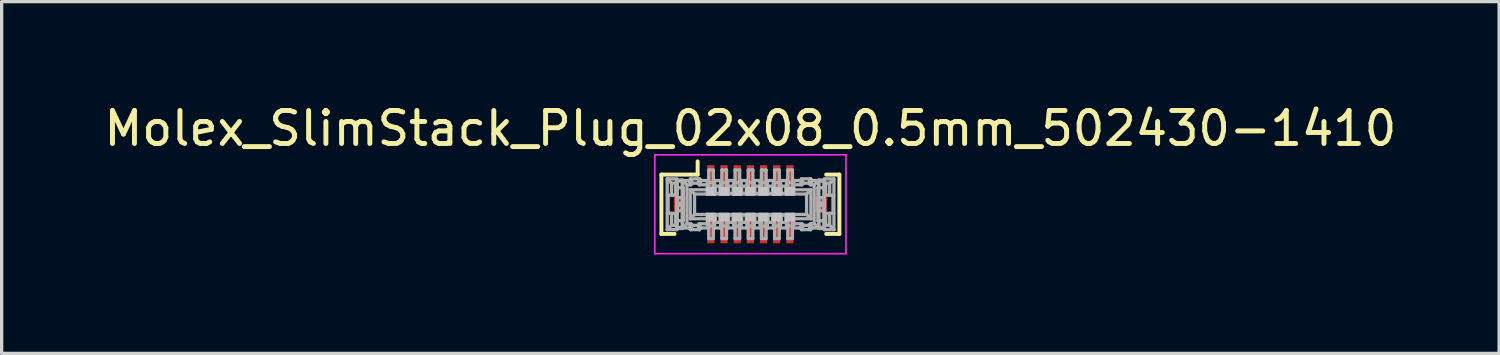
<source format=kicad_pcb>
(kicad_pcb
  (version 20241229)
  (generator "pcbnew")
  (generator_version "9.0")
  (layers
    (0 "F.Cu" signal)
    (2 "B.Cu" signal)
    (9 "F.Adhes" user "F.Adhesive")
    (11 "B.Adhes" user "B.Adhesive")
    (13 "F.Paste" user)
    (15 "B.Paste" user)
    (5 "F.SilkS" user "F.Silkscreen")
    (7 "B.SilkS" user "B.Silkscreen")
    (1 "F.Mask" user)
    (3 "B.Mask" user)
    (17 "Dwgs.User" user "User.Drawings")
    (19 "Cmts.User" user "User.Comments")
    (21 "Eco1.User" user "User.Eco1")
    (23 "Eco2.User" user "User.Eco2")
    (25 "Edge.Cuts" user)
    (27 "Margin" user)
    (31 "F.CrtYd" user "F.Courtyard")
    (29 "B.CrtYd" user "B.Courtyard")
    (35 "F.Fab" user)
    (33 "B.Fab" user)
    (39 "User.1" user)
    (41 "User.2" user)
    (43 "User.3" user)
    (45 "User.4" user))
  (footprint "Molex_SlimStack_Plug_02x08_0.5mm_502430-1410"
    (layer "F.Cu")
    (at 19.72 3.148)
    (property "Reference" "Molex_SlimStack_Plug_02x08_0.5mm_502430-1410" (at 0 -2.3 0) (layer "F.SilkS") (effects (font (size 1 1) (thickness 0.15))))
    (attr smd)
    (fp_line (start -2.7 -0.9) (end -1.6 -0.9) (stroke (width 0.12) (type solid)) (layer "F.SilkS"))
    (fp_line (start -2.7 0.9) (end -2.7 -0.9) (stroke (width 0.12) (type solid)) (layer "F.SilkS"))
    (fp_line (start -2.3 0.9) (end -2.7 0.9) (stroke (width 0.12) (type solid)) (layer "F.SilkS"))
    (fp_line (start -1.6 -0.9) (end -1.6 -1.3) (stroke (width 0.12) (type solid)) (layer "F.SilkS"))
    (fp_line (start 2.3 -0.9) (end 2.7 -0.9) (stroke (width 0.12) (type solid)) (layer "F.SilkS"))
    (fp_line (start 2.7 -0.9) (end 2.7 0.9) (stroke (width 0.12) (type solid)) (layer "F.SilkS"))
    (fp_line (start 2.7 0.9) (end 2.3 0.9) (stroke (width 0.12) (type solid)) (layer "F.SilkS"))
    (fp_line (start -2.9 -1.5) (end 2.9 -1.5) (stroke (width 0.05) (type solid)) (layer "F.CrtYd"))
    (fp_line (start -2.9 1.5) (end -2.9 -1.5) (stroke (width 0.05) (type solid)) (layer "F.CrtYd"))
    (fp_line (start 2.9 -1.5) (end 2.9 1.5) (stroke (width 0.05) (type solid)) (layer "F.CrtYd"))
    (fp_line (start 2.9 1.5) (end -2.9 1.5) (stroke (width 0.05) (type solid)) (layer "F.CrtYd"))
    (fp_line (start -2.524 -0.77) (end -2.394 -0.64) (stroke (width 0.1) (type solid)) (layer "F.Fab"))
    (fp_line (start -2.524 -0.77) (end -2.234 -0.77) (stroke (width 0.1) (type solid)) (layer "F.Fab"))
    (fp_line (start -2.524 -0.275) (end -2.234 -0.275) (stroke (width 0.1) (type solid)) (layer "F.Fab"))
    (fp_line (start -2.524 0.77) (end -2.524 -0.77) (stroke (width 0.1) (type solid)) (layer "F.Fab"))
    (fp_line (start -2.524 0.77) (end -2.394 0.64) (stroke (width 0.1) (type solid)) (layer "F.Fab"))
    (fp_line (start -2.494 -0.275) (end -2.494 0.275) (stroke (width 0.1) (type solid)) (layer "F.Fab"))
    (fp_line (start -2.394 -0.64) (end -2.274 -0.64) (stroke (width 0.1) (type solid)) (layer "F.Fab"))
    (fp_line (start -2.394 -0.275) (end -2.394 -0.64) (stroke (width 0.1) (type solid)) (layer "F.Fab"))
    (fp_line (start -2.394 0.64) (end -2.394 0.275) (stroke (width 0.1) (type solid)) (layer "F.Fab"))
    (fp_line (start -2.274 -0.64) (end -2.274 -0.275) (stroke (width 0.1) (type solid)) (layer "F.Fab"))
    (fp_line (start -2.274 0.275) (end -2.274 0.64) (stroke (width 0.1) (type solid)) (layer "F.Fab"))
    (fp_line (start -2.274 0.64) (end -2.394 0.64) (stroke (width 0.1) (type solid)) (layer "F.Fab"))
    (fp_line (start -2.234 -0.77) (end -2.234 0.77) (stroke (width 0.1) (type solid)) (layer "F.Fab"))
    (fp_line (start -2.234 -0.68) (end -2.274 -0.64) (stroke (width 0.1) (type solid)) (layer "F.Fab"))
    (fp_line (start -2.234 -0.5) (end -2.034 -0.5) (stroke (width 0.1) (type solid)) (layer "F.Fab"))
    (fp_line (start -2.234 -0.2) (end -2.054 -0.2) (stroke (width 0.1) (type solid)) (layer "F.Fab"))
    (fp_line (start -2.234 0.2) (end -2.054 0.2) (stroke (width 0.1) (type solid)) (layer "F.Fab"))
    (fp_line (start -2.234 0.275) (end -2.524 0.275) (stroke (width 0.1) (type solid)) (layer "F.Fab"))
    (fp_line (start -2.234 0.5) (end -2.034 0.5) (stroke (width 0.1) (type solid)) (layer "F.Fab"))
    (fp_line (start -2.234 0.68) (end -2.274 0.64) (stroke (width 0.1) (type solid)) (layer "F.Fab"))
    (fp_line (start -2.234 0.77) (end -2.524 0.77) (stroke (width 0.1) (type solid)) (layer "F.Fab"))
    (fp_line (start -2.219 -0.735) (end -2.069 -0.735) (stroke (width 0.1) (type solid)) (layer "F.Fab"))
    (fp_line (start -2.219 -0.702) (end -2.069 -0.702) (stroke (width 0.1) (type solid)) (layer "F.Fab"))
    (fp_line (start -2.219 -0.03) (end -2.069 -0.03) (stroke (width 0.1) (type solid)) (layer "F.Fab"))
    (fp_line (start -2.219 0.03) (end -2.069 0.03) (stroke (width 0.1) (type solid)) (layer "F.Fab"))
    (fp_line (start -2.219 0.702) (end -2.069 0.702) (stroke (width 0.1) (type solid)) (layer "F.Fab"))
    (fp_line (start -2.219 0.735) (end -2.219 -0.735) (stroke (width 0.1) (type solid)) (layer "F.Fab"))
    (fp_line (start -2.219 0.735) (end -2.069 0.735) (stroke (width 0.1) (type solid)) (layer "F.Fab"))
    (fp_line (start -2.069 0.735) (end -2.069 -0.735) (stroke (width 0.1) (type solid)) (layer "F.Fab"))
    (fp_line (start -2.054 -0.72) (end -1.924 -0.59) (stroke (width 0.1) (type solid)) (layer "F.Fab"))
    (fp_line (start -2.054 -0.72) (end -1.864 -0.72) (stroke (width 0.1) (type solid)) (layer "F.Fab"))
    (fp_line (start -2.054 -0.5) (end -2.054 -0.72) (stroke (width 0.1) (type solid)) (layer "F.Fab"))
    (fp_line (start -2.054 -0.2) (end -2.054 0.2) (stroke (width 0.1) (type solid)) (layer "F.Fab"))
    (fp_line (start -2.054 0.72) (end -2.054 0.5) (stroke (width 0.1) (type solid)) (layer "F.Fab"))
    (fp_line (start -2.054 0.72) (end -1.924 0.59) (stroke (width 0.1) (type solid)) (layer "F.Fab"))
    (fp_line (start -2.034 -0.5) (end -2.034 0.5) (stroke (width 0.1) (type solid)) (layer "F.Fab"))
    (fp_line (start -1.924 -0.59) (end -1.924 0.59) (stroke (width 0.1) (type solid)) (layer "F.Fab"))
    (fp_line (start -1.924 0.59) (end -1.81 0.59) (stroke (width 0.1) (type solid)) (layer "F.Fab"))
    (fp_line (start -1.864 -0.72) (end -1.814 -0.77) (stroke (width 0.1) (type solid)) (layer "F.Fab"))
    (fp_line (start -1.864 -0.72) (end -1.81 -0.59) (stroke (width 0.1) (type solid)) (layer "F.Fab"))
    (fp_line (start -1.864 0.72) (end -2.054 0.72) (stroke (width 0.1) (type solid)) (layer "F.Fab"))
    (fp_line (start -1.864 0.72) (end -1.81 0.59) (stroke (width 0.1) (type solid)) (layer "F.Fab"))
    (fp_line (start -1.824 -0.44) (end -1.694 -0.31) (stroke (width 0.1) (type solid)) (layer "F.Fab"))
    (fp_line (start -1.824 -0.44) (end -1.304 -0.44) (stroke (width 0.1) (type solid)) (layer "F.Fab"))
    (fp_line (start -1.824 0.44) (end -1.824 -0.44) (stroke (width 0.1) (type solid)) (layer "F.Fab"))
    (fp_line (start -1.824 0.44) (end -1.304 0.44) (stroke (width 0.1) (type solid)) (layer "F.Fab"))
    (fp_line (start -1.814 -0.77) (end -1.76 -0.64) (stroke (width 0.1) (type solid)) (layer "F.Fab"))
    (fp_line (start -1.814 -0.77) (end -1.544 -0.77) (stroke (width 0.1) (type solid)) (layer "F.Fab"))
    (fp_line (start -1.814 0.77) (end -1.864 0.72) (stroke (width 0.1) (type solid)) (layer "F.Fab"))
    (fp_line (start -1.814 0.77) (end -1.76 0.64) (stroke (width 0.1) (type solid)) (layer "F.Fab"))
    (fp_line (start -1.81 -0.59) (end -1.924 -0.59) (stroke (width 0.1) (type solid)) (layer "F.Fab"))
    (fp_line (start -1.81 0.59) (end -1.76 0.64) (stroke (width 0.1) (type solid)) (layer "F.Fab"))
    (fp_line (start -1.76 -0.64) (end -1.81 -0.59) (stroke (width 0.1) (type solid)) (layer "F.Fab"))
    (fp_line (start -1.76 0.64) (end -1.598 0.64) (stroke (width 0.1) (type solid)) (layer "F.Fab"))
    (fp_line (start -1.694 0.31) (end -1.824 0.44) (stroke (width 0.1) (type solid)) (layer "F.Fab"))
    (fp_line (start -1.694 0.31) (end -1.694 -0.31) (stroke (width 0.1) (type solid)) (layer "F.Fab"))
    (fp_line (start -1.598 -0.64) (end -1.76 -0.64) (stroke (width 0.1) (type solid)) (layer "F.Fab"))
    (fp_line (start -1.598 0.64) (end -1.548 0.59) (stroke (width 0.1) (type solid)) (layer "F.Fab"))
    (fp_line (start -1.548 -0.59) (end -1.598 -0.64) (stroke (width 0.1) (type solid)) (layer "F.Fab"))
    (fp_line (start -1.548 0.59) (end -1.494 0.72) (stroke (width 0.1) (type solid)) (layer "F.Fab"))
    (fp_line (start -1.544 -0.77) (end -1.598 -0.64) (stroke (width 0.1) (type solid)) (layer "F.Fab"))
    (fp_line (start -1.544 -0.77) (end -1.494 -0.72) (stroke (width 0.1) (type solid)) (layer "F.Fab"))
    (fp_line (start -1.544 0.77) (end -1.814 0.77) (stroke (width 0.1) (type solid)) (layer "F.Fab"))
    (fp_line (start -1.544 0.77) (end -1.598 0.64) (stroke (width 0.1) (type solid)) (layer "F.Fab"))
    (fp_line (start -1.494 -0.72) (end -1.548 -0.59) (stroke (width 0.1) (type solid)) (layer "F.Fab"))
    (fp_line (start -1.494 -0.72) (end -1.304 -0.72) (stroke (width 0.1) (type solid)) (layer "F.Fab"))
    (fp_line (start -1.494 0.72) (end -1.544 0.77) (stroke (width 0.1) (type solid)) (layer "F.Fab"))
    (fp_line (start -1.304 -0.59) (end -1.548 -0.59) (stroke (width 0.1) (type solid)) (layer "F.Fab"))
    (fp_line (start -1.304 -0.41) (end -1.264 -0.41) (stroke (width 0.1) (type solid)) (layer "F.Fab"))
    (fp_line (start -1.304 -0.31) (end -1.304 -0.72) (stroke (width 0.1) (type solid)) (layer "F.Fab"))
    (fp_line (start -1.304 0.55) (end -1.264 0.55) (stroke (width 0.1) (type solid)) (layer "F.Fab"))
    (fp_line (start -1.304 0.59) (end -1.548 0.59) (stroke (width 0.1) (type solid)) (layer "F.Fab"))
    (fp_line (start -1.304 0.72) (end -1.494 0.72) (stroke (width 0.1) (type solid)) (layer "F.Fab"))
    (fp_line (start -1.304 0.72) (end -1.304 0.31) (stroke (width 0.1) (type solid)) (layer "F.Fab"))
    (fp_line (start -1.294 -0.66) (end -1.294 -0.55) (stroke (width 0.1) (type solid)) (layer "F.Fab"))
    (fp_line (start -1.294 -0.66) (end -1.094 -0.66) (stroke (width 0.1) (type solid)) (layer "F.Fab"))
    (fp_line (start -1.294 0.55) (end -1.294 0.66) (stroke (width 0.1) (type solid)) (layer "F.Fab"))
    (fp_line (start -1.294 0.66) (end -1.094 0.66) (stroke (width 0.1) (type solid)) (layer "F.Fab"))
    (fp_line (start -1.264 -1.04) (end -1.264 -0.33) (stroke (width 0.1) (type solid)) (layer "F.Fab"))
    (fp_line (start -1.264 -0.55) (end -1.304 -0.55) (stroke (width 0.1) (type solid)) (layer "F.Fab"))
    (fp_line (start -1.264 0.33) (end -1.264 1.04) (stroke (width 0.1) (type solid)) (layer "F.Fab"))
    (fp_line (start -1.264 0.41) (end -1.304 0.41) (stroke (width 0.1) (type solid)) (layer "F.Fab"))
    (fp_line (start -1.124 -1.04) (end -1.264 -1.04) (stroke (width 0.1) (type solid)) (layer "F.Fab"))
    (fp_line (start -1.124 -1.04) (end -1.124 -0.33) (stroke (width 0.1) (type solid)) (layer "F.Fab"))
    (fp_line (start -1.124 -0.55) (end -0.864 -0.55) (stroke (width 0.1) (type solid)) (layer "F.Fab"))
    (fp_line (start -1.124 -0.41) (end -1.084 -0.41) (stroke (width 0.1) (type solid)) (layer "F.Fab"))
    (fp_line (start -1.124 -0.33) (end -1.264 -0.33) (stroke (width 0.1) (type solid)) (layer "F.Fab"))
    (fp_line (start -1.124 0.33) (end -1.264 0.33) (stroke (width 0.1) (type solid)) (layer "F.Fab"))
    (fp_line (start -1.124 0.33) (end -1.124 1.04) (stroke (width 0.1) (type solid)) (layer "F.Fab"))
    (fp_line (start -1.124 0.55) (end -0.864 0.55) (stroke (width 0.1) (type solid)) (layer "F.Fab"))
    (fp_line (start -1.124 1.04) (end -1.264 1.04) (stroke (width 0.1) (type solid)) (layer "F.Fab"))
    (fp_line (start -1.094 -0.66) (end -1.094 -0.55) (stroke (width 0.1) (type solid)) (layer "F.Fab"))
    (fp_line (start -1.094 0.66) (end -1.094 0.55) (stroke (width 0.1) (type solid)) (layer "F.Fab"))
    (fp_line (start -1.084 -0.72) (end -1.084 -0.31) (stroke (width 0.1) (type solid)) (layer "F.Fab"))
    (fp_line (start -1.084 -0.72) (end -0.904 -0.72) (stroke (width 0.1) (type solid)) (layer "F.Fab"))
    (fp_line (start -1.084 -0.33) (end -0.904 -0.33) (stroke (width 0.1) (type solid)) (layer "F.Fab"))
    (fp_line (start -1.084 0.31) (end -1.084 0.72) (stroke (width 0.1) (type solid)) (layer "F.Fab"))
    (fp_line (start -1.084 0.33) (end -0.904 0.33) (stroke (width 0.1) (type solid)) (layer "F.Fab"))
    (fp_line (start -1.084 0.41) (end -1.124 0.41) (stroke (width 0.1) (type solid)) (layer "F.Fab"))
    (fp_line (start -1.064 -0.33) (end -1.064 -0.55) (stroke (width 0.1) (type solid)) (layer "F.Fab"))
    (fp_line (start -1.064 0.55) (end -1.064 0.33) (stroke (width 0.1) (type solid)) (layer "F.Fab"))
    (fp_line (start -0.924 -0.55) (end -0.924 -0.33) (stroke (width 0.1) (type solid)) (layer "F.Fab"))
    (fp_line (start -0.924 0.33) (end -0.924 0.55) (stroke (width 0.1) (type solid)) (layer "F.Fab"))
    (fp_line (start -0.904 -0.41) (end -0.864 -0.41) (stroke (width 0.1) (type solid)) (layer "F.Fab"))
    (fp_line (start -0.904 -0.31) (end -0.904 -0.72) (stroke (width 0.1) (type solid)) (layer "F.Fab"))
    (fp_line (start -0.904 0.72) (end -1.084 0.72) (stroke (width 0.1) (type solid)) (layer "F.Fab"))
    (fp_line (start -0.904 0.72) (end -0.904 0.31) (stroke (width 0.1) (type solid)) (layer "F.Fab"))
    (fp_line (start -0.894 -0.66) (end -0.894 -0.55) (stroke (width 0.1) (type solid)) (layer "F.Fab"))
    (fp_line (start -0.894 -0.66) (end -0.694 -0.66) (stroke (width 0.1) (type solid)) (layer "F.Fab"))
    (fp_line (start -0.894 0.55) (end -0.894 0.66) (stroke (width 0.1) (type solid)) (layer "F.Fab"))
    (fp_line (start -0.864 -1.04) (end -0.864 -0.33) (stroke (width 0.1) (type solid)) (layer "F.Fab"))
    (fp_line (start -0.864 0.33) (end -0.864 1.04) (stroke (width 0.1) (type solid)) (layer "F.Fab"))
    (fp_line (start -0.864 0.33) (end -0.724 0.33) (stroke (width 0.1) (type solid)) (layer "F.Fab"))
    (fp_line (start -0.864 0.41) (end -0.904 0.41) (stroke (width 0.1) (type solid)) (layer "F.Fab"))
    (fp_line (start -0.724 -1.04) (end -0.864 -1.04) (stroke (width 0.1) (type solid)) (layer "F.Fab"))
    (fp_line (start -0.724 -1.04) (end -0.724 -0.33) (stroke (width 0.1) (type solid)) (layer "F.Fab"))
    (fp_line (start -0.724 -0.55) (end -0.464 -0.55) (stroke (width 0.1) (type solid)) (layer "F.Fab"))
    (fp_line (start -0.724 -0.41) (end -0.684 -0.41) (stroke (width 0.1) (type solid)) (layer "F.Fab"))
    (fp_line (start -0.724 -0.33) (end -0.864 -0.33) (stroke (width 0.1) (type solid)) (layer "F.Fab"))
    (fp_line (start -0.724 0.33) (end -0.724 1.04) (stroke (width 0.1) (type solid)) (layer "F.Fab"))
    (fp_line (start -0.724 0.55) (end -0.464 0.55) (stroke (width 0.1) (type solid)) (layer "F.Fab"))
    (fp_line (start -0.724 1.04) (end -0.864 1.04) (stroke (width 0.1) (type solid)) (layer "F.Fab"))
    (fp_line (start -0.694 -0.66) (end -0.694 -0.55) (stroke (width 0.1) (type solid)) (layer "F.Fab"))
    (fp_line (start -0.694 0.66) (end -0.894 0.66) (stroke (width 0.1) (type solid)) (layer "F.Fab"))
    (fp_line (start -0.694 0.66) (end -0.694 0.55) (stroke (width 0.1) (type solid)) (layer "F.Fab"))
    (fp_line (start -0.684 -0.72) (end -0.684 -0.31) (stroke (width 0.1) (type solid)) (layer "F.Fab"))
    (fp_line (start -0.684 -0.72) (end -0.504 -0.72) (stroke (width 0.1) (type solid)) (layer "F.Fab"))
    (fp_line (start -0.684 -0.33) (end -0.504 -0.33) (stroke (width 0.1) (type solid)) (layer "F.Fab"))
    (fp_line (start -0.684 0.31) (end -0.684 0.72) (stroke (width 0.1) (type solid)) (layer "F.Fab"))
    (fp_line (start -0.684 0.33) (end -0.504 0.33) (stroke (width 0.1) (type solid)) (layer "F.Fab"))
    (fp_line (start -0.684 0.41) (end -0.724 0.41) (stroke (width 0.1) (type solid)) (layer "F.Fab"))
    (fp_line (start -0.664 -0.33) (end -0.664 -0.55) (stroke (width 0.1) (type solid)) (layer "F.Fab"))
    (fp_line (start -0.664 0.55) (end -0.664 0.33) (stroke (width 0.1) (type solid)) (layer "F.Fab"))
    (fp_line (start -0.524 -0.55) (end -0.524 -0.33) (stroke (width 0.1) (type solid)) (layer "F.Fab"))
    (fp_line (start -0.524 0.33) (end -0.524 0.55) (stroke (width 0.1) (type solid)) (layer "F.Fab"))
    (fp_line (start -0.504 -0.41) (end -0.464 -0.41) (stroke (width 0.1) (type solid)) (layer "F.Fab"))
    (fp_line (start -0.504 -0.31) (end -0.504 -0.72) (stroke (width 0.1) (type solid)) (layer "F.Fab"))
    (fp_line (start -0.504 0.72) (end -0.684 0.72) (stroke (width 0.1) (type solid)) (layer "F.Fab"))
    (fp_line (start -0.504 0.72) (end -0.504 0.31) (stroke (width 0.1) (type solid)) (layer "F.Fab"))
    (fp_line (start -0.494 -0.66) (end -0.494 -0.55) (stroke (width 0.1) (type solid)) (layer "F.Fab"))
    (fp_line (start -0.494 -0.66) (end -0.294 -0.66) (stroke (width 0.1) (type solid)) (layer "F.Fab"))
    (fp_line (start -0.494 0.55) (end -0.494 0.66) (stroke (width 0.1) (type solid)) (layer "F.Fab"))
    (fp_line (start -0.464 -1.04) (end -0.464 -0.33) (stroke (width 0.1) (type solid)) (layer "F.Fab"))
    (fp_line (start -0.464 0.33) (end -0.464 1.04) (stroke (width 0.1) (type solid)) (layer "F.Fab"))
    (fp_line (start -0.464 0.33) (end -0.324 0.33) (stroke (width 0.1) (type solid)) (layer "F.Fab"))
    (fp_line (start -0.464 0.41) (end -0.504 0.41) (stroke (width 0.1) (type solid)) (layer "F.Fab"))
    (fp_line (start -0.324 -1.04) (end -0.464 -1.04) (stroke (width 0.1) (type solid)) (layer "F.Fab"))
    (fp_line (start -0.324 -1.04) (end -0.324 -0.33) (stroke (width 0.1) (type solid)) (layer "F.Fab"))
    (fp_line (start -0.324 -0.55) (end -0.064 -0.55) (stroke (width 0.1) (type solid)) (layer "F.Fab"))
    (fp_line (start -0.324 -0.41) (end -0.284 -0.41) (stroke (width 0.1) (type solid)) (layer "F.Fab"))
    (fp_line (start -0.324 -0.33) (end -0.464 -0.33) (stroke (width 0.1) (type solid)) (layer "F.Fab"))
    (fp_line (start -0.324 0.33) (end -0.324 1.04) (stroke (width 0.1) (type solid)) (layer "F.Fab"))
    (fp_line (start -0.324 0.55) (end -0.064 0.55) (stroke (width 0.1) (type solid)) (layer "F.Fab"))
    (fp_line (start -0.324 1.04) (end -0.464 1.04) (stroke (width 0.1) (type solid)) (layer "F.Fab"))
    (fp_line (start -0.294 -0.66) (end -0.294 -0.55) (stroke (width 0.1) (type solid)) (layer "F.Fab"))
    (fp_line (start -0.294 0.66) (end -0.494 0.66) (stroke (width 0.1) (type solid)) (layer "F.Fab"))
    (fp_line (start -0.294 0.66) (end -0.294 0.55) (stroke (width 0.1) (type solid)) (layer "F.Fab"))
    (fp_line (start -0.284 -0.72) (end -0.284 -0.31) (stroke (width 0.1) (type solid)) (layer "F.Fab"))
    (fp_line (start -0.284 -0.72) (end -0.104 -0.72) (stroke (width 0.1) (type solid)) (layer "F.Fab"))
    (fp_line (start -0.284 -0.33) (end -0.104 -0.33) (stroke (width 0.1) (type solid)) (layer "F.Fab"))
    (fp_line (start -0.284 0.31) (end -0.284 0.72) (stroke (width 0.1) (type solid)) (layer "F.Fab"))
    (fp_line (start -0.284 0.33) (end -0.104 0.33) (stroke (width 0.1) (type solid)) (layer "F.Fab"))
    (fp_line (start -0.284 0.41) (end -0.324 0.41) (stroke (width 0.1) (type solid)) (layer "F.Fab"))
    (fp_line (start -0.264 -0.33) (end -0.264 -0.55) (stroke (width 0.1) (type solid)) (layer "F.Fab"))
    (fp_line (start -0.264 0.55) (end -0.264 0.33) (stroke (width 0.1) (type solid)) (layer "F.Fab"))
    (fp_line (start -0.124 -0.55) (end -0.124 -0.33) (stroke (width 0.1) (type solid)) (layer "F.Fab"))
    (fp_line (start -0.124 0.33) (end -0.124 0.55) (stroke (width 0.1) (type solid)) (layer "F.Fab"))
    (fp_line (start -0.104 -0.41) (end -0.064 -0.41) (stroke (width 0.1) (type solid)) (layer "F.Fab"))
    (fp_line (start -0.104 -0.31) (end -0.104 -0.72) (stroke (width 0.1) (type solid)) (layer "F.Fab"))
    (fp_line (start -0.104 0.72) (end -0.284 0.72) (stroke (width 0.1) (type solid)) (layer "F.Fab"))
    (fp_line (start -0.104 0.72) (end -0.104 0.31) (stroke (width 0.1) (type solid)) (layer "F.Fab"))
    (fp_line (start -0.094 -0.66) (end -0.094 -0.55) (stroke (width 0.1) (type solid)) (layer "F.Fab"))
    (fp_line (start -0.094 -0.66) (end 0.106 -0.66) (stroke (width 0.1) (type solid)) (layer "F.Fab"))
    (fp_line (start -0.094 0.55) (end -0.094 0.66) (stroke (width 0.1) (type solid)) (layer "F.Fab"))
    (fp_line (start -0.064 -1.04) (end -0.064 -0.33) (stroke (width 0.1) (type solid)) (layer "F.Fab"))
    (fp_line (start -0.064 0.33) (end -0.064 1.04) (stroke (width 0.1) (type solid)) (layer "F.Fab"))
    (fp_line (start -0.064 0.33) (end 0.076 0.33) (stroke (width 0.1) (type solid)) (layer "F.Fab"))
    (fp_line (start -0.064 0.41) (end -0.104 0.41) (stroke (width 0.1) (type solid)) (layer "F.Fab"))
    (fp_line (start 0.076 -1.04) (end -0.064 -1.04) (stroke (width 0.1) (type solid)) (layer "F.Fab"))
    (fp_line (start 0.076 -1.04) (end 0.076 -0.33) (stroke (width 0.1) (type solid)) (layer "F.Fab"))
    (fp_line (start 0.076 -0.55) (end 0.336 -0.55) (stroke (width 0.1) (type solid)) (layer "F.Fab"))
    (fp_line (start 0.076 -0.41) (end 0.116 -0.41) (stroke (width 0.1) (type solid)) (layer "F.Fab"))
    (fp_line (start 0.076 -0.33) (end -0.064 -0.33) (stroke (width 0.1) (type solid)) (layer "F.Fab"))
    (fp_line (start 0.076 0.33) (end 0.076 1.04) (stroke (width 0.1) (type solid)) (layer "F.Fab"))
    (fp_line (start 0.076 0.55) (end 0.336 0.55) (stroke (width 0.1) (type solid)) (layer "F.Fab"))
    (fp_line (start 0.076 1.04) (end -0.064 1.04) (stroke (width 0.1) (type solid)) (layer "F.Fab"))
    (fp_line (start 0.106 -0.66) (end 0.106 -0.55) (stroke (width 0.1) (type solid)) (layer "F.Fab"))
    (fp_line (start 0.106 0.66) (end -0.094 0.66) (stroke (width 0.1) (type solid)) (layer "F.Fab"))
    (fp_line (start 0.106 0.66) (end 0.106 0.55) (stroke (width 0.1) (type solid)) (layer "F.Fab"))
    (fp_line (start 0.116 -0.72) (end 0.116 -0.31) (stroke (width 0.1) (type solid)) (layer "F.Fab"))
    (fp_line (start 0.116 -0.72) (end 0.296 -0.72) (stroke (width 0.1) (type solid)) (layer "F.Fab"))
    (fp_line (start 0.116 -0.33) (end 0.296 -0.33) (stroke (width 0.1) (type solid)) (layer "F.Fab"))
    (fp_line (start 0.116 0.31) (end 0.116 0.72) (stroke (width 0.1) (type solid)) (layer "F.Fab"))
    (fp_line (start 0.116 0.33) (end 0.296 0.33) (stroke (width 0.1) (type solid)) (layer "F.Fab"))
    (fp_line (start 0.116 0.41) (end 0.076 0.41) (stroke (width 0.1) (type solid)) (layer "F.Fab"))
    (fp_line (start 0.136 -0.33) (end 0.136 -0.55) (stroke (width 0.1) (type solid)) (layer "F.Fab"))
    (fp_line (start 0.136 0.55) (end 0.136 0.33) (stroke (width 0.1) (type solid)) (layer "F.Fab"))
    (fp_line (start 0.276 -0.55) (end 0.276 -0.33) (stroke (width 0.1) (type solid)) (layer "F.Fab"))
    (fp_line (start 0.276 0.33) (end 0.276 0.55) (stroke (width 0.1) (type solid)) (layer "F.Fab"))
    (fp_line (start 0.296 -0.41) (end 0.336 -0.41) (stroke (width 0.1) (type solid)) (layer "F.Fab"))
    (fp_line (start 0.296 -0.31) (end 0.296 -0.72) (stroke (width 0.1) (type solid)) (layer "F.Fab"))
    (fp_line (start 0.296 0.72) (end 0.116 0.72) (stroke (width 0.1) (type solid)) (layer "F.Fab"))
    (fp_line (start 0.296 0.72) (end 0.296 0.31) (stroke (width 0.1) (type solid)) (layer "F.Fab"))
    (fp_line (start 0.306 -0.66) (end 0.306 -0.55) (stroke (width 0.1) (type solid)) (layer "F.Fab"))
    (fp_line (start 0.306 -0.66) (end 0.506 -0.66) (stroke (width 0.1) (type solid)) (layer "F.Fab"))
    (fp_line (start 0.306 0.55) (end 0.306 0.66) (stroke (width 0.1) (type solid)) (layer "F.Fab"))
    (fp_line (start 0.336 -1.04) (end 0.336 -0.33) (stroke (width 0.1) (type solid)) (layer "F.Fab"))
    (fp_line (start 0.336 0.33) (end 0.336 1.04) (stroke (width 0.1) (type solid)) (layer "F.Fab"))
    (fp_line (start 0.336 0.33) (end 0.476 0.33) (stroke (width 0.1) (type solid)) (layer "F.Fab"))
    (fp_line (start 0.336 0.41) (end 0.296 0.41) (stroke (width 0.1) (type solid)) (layer "F.Fab"))
    (fp_line (start 0.476 -1.04) (end 0.336 -1.04) (stroke (width 0.1) (type solid)) (layer "F.Fab"))
    (fp_line (start 0.476 -1.04) (end 0.476 -0.33) (stroke (width 0.1) (type solid)) (layer "F.Fab"))
    (fp_line (start 0.476 -0.55) (end 0.736 -0.55) (stroke (width 0.1) (type solid)) (layer "F.Fab"))
    (fp_line (start 0.476 -0.41) (end 0.516 -0.41) (stroke (width 0.1) (type solid)) (layer "F.Fab"))
    (fp_line (start 0.476 -0.33) (end 0.336 -0.33) (stroke (width 0.1) (type solid)) (layer "F.Fab"))
    (fp_line (start 0.476 0.33) (end 0.476 1.04) (stroke (width 0.1) (type solid)) (layer "F.Fab"))
    (fp_line (start 0.476 0.55) (end 0.736 0.55) (stroke (width 0.1) (type solid)) (layer "F.Fab"))
    (fp_line (start 0.476 1.04) (end 0.336 1.04) (stroke (width 0.1) (type solid)) (layer "F.Fab"))
    (fp_line (start 0.506 -0.66) (end 0.506 -0.55) (stroke (width 0.1) (type solid)) (layer "F.Fab"))
    (fp_line (start 0.506 0.66) (end 0.306 0.66) (stroke (width 0.1) (type solid)) (layer "F.Fab"))
    (fp_line (start 0.506 0.66) (end 0.506 0.55) (stroke (width 0.1) (type solid)) (layer "F.Fab"))
    (fp_line (start 0.516 -0.72) (end 0.516 -0.31) (stroke (width 0.1) (type solid)) (layer "F.Fab"))
    (fp_line (start 0.516 -0.72) (end 0.696 -0.72) (stroke (width 0.1) (type solid)) (layer "F.Fab"))
    (fp_line (start 0.516 -0.33) (end 0.696 -0.33) (stroke (width 0.1) (type solid)) (layer "F.Fab"))
    (fp_line (start 0.516 0.31) (end 0.516 0.72) (stroke (width 0.1) (type solid)) (layer "F.Fab"))
    (fp_line (start 0.516 0.33) (end 0.696 0.33) (stroke (width 0.1) (type solid)) (layer "F.Fab"))
    (fp_line (start 0.516 0.41) (end 0.476 0.41) (stroke (width 0.1) (type solid)) (layer "F.Fab"))
    (fp_line (start 0.536 -0.33) (end 0.536 -0.55) (stroke (width 0.1) (type solid)) (layer "F.Fab"))
    (fp_line (start 0.536 0.55) (end 0.536 0.33) (stroke (width 0.1) (type solid)) (layer "F.Fab"))
    (fp_line (start 0.676 -0.55) (end 0.676 -0.33) (stroke (width 0.1) (type solid)) (layer "F.Fab"))
    (fp_line (start 0.676 0.33) (end 0.676 0.55) (stroke (width 0.1) (type solid)) (layer "F.Fab"))
    (fp_line (start 0.696 -0.41) (end 0.736 -0.41) (stroke (width 0.1) (type solid)) (layer "F.Fab"))
    (fp_line (start 0.696 -0.31) (end 0.696 -0.72) (stroke (width 0.1) (type solid)) (layer "F.Fab"))
    (fp_line (start 0.696 0.72) (end 0.516 0.72) (stroke (width 0.1) (type solid)) (layer "F.Fab"))
    (fp_line (start 0.696 0.72) (end 0.696 0.31) (stroke (width 0.1) (type solid)) (layer "F.Fab"))
    (fp_line (start 0.706 -0.66) (end 0.706 -0.55) (stroke (width 0.1) (type solid)) (layer "F.Fab"))
    (fp_line (start 0.706 -0.66) (end 0.906 -0.66) (stroke (width 0.1) (type solid)) (layer "F.Fab"))
    (fp_line (start 0.706 0.55) (end 0.706 0.66) (stroke (width 0.1) (type solid)) (layer "F.Fab"))
    (fp_line (start 0.736 -1.04) (end 0.736 -0.33) (stroke (width 0.1) (type solid)) (layer "F.Fab"))
    (fp_line (start 0.736 0.33) (end 0.736 1.04) (stroke (width 0.1) (type solid)) (layer "F.Fab"))
    (fp_line (start 0.736 0.33) (end 0.876 0.33) (stroke (width 0.1) (type solid)) (layer "F.Fab"))
    (fp_line (start 0.736 0.41) (end 0.696 0.41) (stroke (width 0.1) (type solid)) (layer "F.Fab"))
    (fp_line (start 0.876 -1.04) (end 0.736 -1.04) (stroke (width 0.1) (type solid)) (layer "F.Fab"))
    (fp_line (start 0.876 -1.04) (end 0.876 -0.33) (stroke (width 0.1) (type solid)) (layer "F.Fab"))
    (fp_line (start 0.876 -0.55) (end 1.136 -0.55) (stroke (width 0.1) (type solid)) (layer "F.Fab"))
    (fp_line (start 0.876 -0.41) (end 0.916 -0.41) (stroke (width 0.1) (type solid)) (layer "F.Fab"))
    (fp_line (start 0.876 -0.33) (end 0.736 -0.33) (stroke (width 0.1) (type solid)) (layer "F.Fab"))
    (fp_line (start 0.876 0.33) (end 0.876 1.04) (stroke (width 0.1) (type solid)) (layer "F.Fab"))
    (fp_line (start 0.876 0.55) (end 1.136 0.55) (stroke (width 0.1) (type solid)) (layer "F.Fab"))
    (fp_line (start 0.876 1.04) (end 0.736 1.04) (stroke (width 0.1) (type solid)) (layer "F.Fab"))
    (fp_line (start 0.906 -0.66) (end 0.906 -0.55) (stroke (width 0.1) (type solid)) (layer "F.Fab"))
    (fp_line (start 0.906 0.66) (end 0.706 0.66) (stroke (width 0.1) (type solid)) (layer "F.Fab"))
    (fp_line (start 0.906 0.66) (end 0.906 0.55) (stroke (width 0.1) (type solid)) (layer "F.Fab"))
    (fp_line (start 0.916 -0.72) (end 0.916 -0.31) (stroke (width 0.1) (type solid)) (layer "F.Fab"))
    (fp_line (start 0.916 -0.72) (end 1.096 -0.72) (stroke (width 0.1) (type solid)) (layer "F.Fab"))
    (fp_line (start 0.916 -0.33) (end 1.096 -0.33) (stroke (width 0.1) (type solid)) (layer "F.Fab"))
    (fp_line (start 0.916 0.31) (end 0.916 0.72) (stroke (width 0.1) (type solid)) (layer "F.Fab"))
    (fp_line (start 0.916 0.33) (end 1.096 0.33) (stroke (width 0.1) (type solid)) (layer "F.Fab"))
    (fp_line (start 0.916 0.41) (end 0.876 0.41) (stroke (width 0.1) (type solid)) (layer "F.Fab"))
    (fp_line (start 0.936 -0.33) (end 0.936 -0.55) (stroke (width 0.1) (type solid)) (layer "F.Fab"))
    (fp_line (start 0.936 0.55) (end 0.936 0.33) (stroke (width 0.1) (type solid)) (layer "F.Fab"))
    (fp_line (start 1.076 -0.55) (end 1.076 -0.33) (stroke (width 0.1) (type solid)) (layer "F.Fab"))
    (fp_line (start 1.076 0.33) (end 1.076 0.55) (stroke (width 0.1) (type solid)) (layer "F.Fab"))
    (fp_line (start 1.096 -0.41) (end 1.136 -0.41) (stroke (width 0.1) (type solid)) (layer "F.Fab"))
    (fp_line (start 1.096 -0.31) (end 1.096 -0.72) (stroke (width 0.1) (type solid)) (layer "F.Fab"))
    (fp_line (start 1.096 0.72) (end 0.916 0.72) (stroke (width 0.1) (type solid)) (layer "F.Fab"))
    (fp_line (start 1.096 0.72) (end 1.096 0.31) (stroke (width 0.1) (type solid)) (layer "F.Fab"))
    (fp_line (start 1.106 -0.66) (end 1.106 -0.55) (stroke (width 0.1) (type solid)) (layer "F.Fab"))
    (fp_line (start 1.106 -0.66) (end 1.306 -0.66) (stroke (width 0.1) (type solid)) (layer "F.Fab"))
    (fp_line (start 1.106 0.55) (end 1.106 0.66) (stroke (width 0.1) (type solid)) (layer "F.Fab"))
    (fp_line (start 1.106 0.66) (end 1.306 0.66) (stroke (width 0.1) (type solid)) (layer "F.Fab"))
    (fp_line (start 1.136 -1.04) (end 1.136 -0.33) (stroke (width 0.1) (type solid)) (layer "F.Fab"))
    (fp_line (start 1.136 0.33) (end 1.136 1.04) (stroke (width 0.1) (type solid)) (layer "F.Fab"))
    (fp_line (start 1.136 0.41) (end 1.096 0.41) (stroke (width 0.1) (type solid)) (layer "F.Fab"))
    (fp_line (start 1.276 -1.04) (end 1.136 -1.04) (stroke (width 0.1) (type solid)) (layer "F.Fab"))
    (fp_line (start 1.276 -1.04) (end 1.276 -0.33) (stroke (width 0.1) (type solid)) (layer "F.Fab"))
    (fp_line (start 1.276 -0.41) (end 1.316 -0.41) (stroke (width 0.1) (type solid)) (layer "F.Fab"))
    (fp_line (start 1.276 -0.33) (end 1.136 -0.33) (stroke (width 0.1) (type solid)) (layer "F.Fab"))
    (fp_line (start 1.276 0.33) (end 1.136 0.33) (stroke (width 0.1) (type solid)) (layer "F.Fab"))
    (fp_line (start 1.276 0.33) (end 1.276 1.04) (stroke (width 0.1) (type solid)) (layer "F.Fab"))
    (fp_line (start 1.276 0.55) (end 1.316 0.55) (stroke (width 0.1) (type solid)) (layer "F.Fab"))
    (fp_line (start 1.276 1.04) (end 1.136 1.04) (stroke (width 0.1) (type solid)) (layer "F.Fab"))
    (fp_line (start 1.306 -0.66) (end 1.306 -0.55) (stroke (width 0.1) (type solid)) (layer "F.Fab"))
    (fp_line (start 1.306 0.66) (end 1.306 0.55) (stroke (width 0.1) (type solid)) (layer "F.Fab"))
    (fp_line (start 1.316 -0.72) (end 1.316 -0.31) (stroke (width 0.1) (type solid)) (layer "F.Fab"))
    (fp_line (start 1.316 -0.72) (end 1.506 -0.72) (stroke (width 0.1) (type solid)) (layer "F.Fab"))
    (fp_line (start 1.316 -0.55) (end 1.276 -0.55) (stroke (width 0.1) (type solid)) (layer "F.Fab"))
    (fp_line (start 1.316 -0.44) (end 1.836 -0.44) (stroke (width 0.1) (type solid)) (layer "F.Fab"))
    (fp_line (start 1.316 0.31) (end 1.316 0.72) (stroke (width 0.1) (type solid)) (layer "F.Fab"))
    (fp_line (start 1.316 0.41) (end 1.276 0.41) (stroke (width 0.1) (type solid)) (layer "F.Fab"))
    (fp_line (start 1.316 0.59) (end 1.56 0.59) (stroke (width 0.1) (type solid)) (layer "F.Fab"))
    (fp_line (start 1.506 -0.72) (end 1.556 -0.77) (stroke (width 0.1) (type solid)) (layer "F.Fab"))
    (fp_line (start 1.506 0.72) (end 1.316 0.72) (stroke (width 0.1) (type solid)) (layer "F.Fab"))
    (fp_line (start 1.506 0.72) (end 1.56 0.59) (stroke (width 0.1) (type solid)) (layer "F.Fab"))
    (fp_line (start 1.556 -0.77) (end 1.61 -0.64) (stroke (width 0.1) (type solid)) (layer "F.Fab"))
    (fp_line (start 1.556 -0.77) (end 1.826 -0.77) (stroke (width 0.1) (type solid)) (layer "F.Fab"))
    (fp_line (start 1.556 0.77) (end 1.506 0.72) (stroke (width 0.1) (type solid)) (layer "F.Fab"))
    (fp_line (start 1.556 0.77) (end 1.61 0.64) (stroke (width 0.1) (type solid)) (layer "F.Fab"))
    (fp_line (start 1.56 -0.59) (end 1.316 -0.59) (stroke (width 0.1) (type solid)) (layer "F.Fab"))
    (fp_line (start 1.56 -0.59) (end 1.506 -0.72) (stroke (width 0.1) (type solid)) (layer "F.Fab"))
    (fp_line (start 1.56 0.59) (end 1.61 0.64) (stroke (width 0.1) (type solid)) (layer "F.Fab"))
    (fp_line (start 1.61 -0.64) (end 1.56 -0.59) (stroke (width 0.1) (type solid)) (layer "F.Fab"))
    (fp_line (start 1.61 0.64) (end 1.772 0.64) (stroke (width 0.1) (type solid)) (layer "F.Fab"))
    (fp_line (start 1.706 -0.31) (end -1.694 -0.31) (stroke (width 0.1) (type solid)) (layer "F.Fab"))
    (fp_line (start 1.706 -0.31) (end 1.706 0.31) (stroke (width 0.1) (type solid)) (layer "F.Fab"))
    (fp_line (start 1.706 -0.31) (end 1.836 -0.44) (stroke (width 0.1) (type solid)) (layer "F.Fab"))
    (fp_line (start 1.706 0.31) (end -1.694 0.31) (stroke (width 0.1) (type solid)) (layer "F.Fab"))
    (fp_line (start 1.772 -0.64) (end 1.61 -0.64) (stroke (width 0.1) (type solid)) (layer "F.Fab"))
    (fp_line (start 1.772 0.64) (end 1.822 0.59) (stroke (width 0.1) (type solid)) (layer "F.Fab"))
    (fp_line (start 1.822 -0.59) (end 1.772 -0.64) (stroke (width 0.1) (type solid)) (layer "F.Fab"))
    (fp_line (start 1.822 0.59) (end 1.936 0.59) (stroke (width 0.1) (type solid)) (layer "F.Fab"))
    (fp_line (start 1.826 -0.77) (end 1.772 -0.64) (stroke (width 0.1) (type solid)) (layer "F.Fab"))
    (fp_line (start 1.826 -0.77) (end 1.876 -0.72) (stroke (width 0.1) (type solid)) (layer "F.Fab"))
    (fp_line (start 1.826 0.77) (end 1.556 0.77) (stroke (width 0.1) (type solid)) (layer "F.Fab"))
    (fp_line (start 1.826 0.77) (end 1.772 0.64) (stroke (width 0.1) (type solid)) (layer "F.Fab"))
    (fp_line (start 1.836 -0.44) (end 1.836 0.44) (stroke (width 0.1) (type solid)) (layer "F.Fab"))
    (fp_line (start 1.836 0.44) (end 1.316 0.44) (stroke (width 0.1) (type solid)) (layer "F.Fab"))
    (fp_line (start 1.836 0.44) (end 1.706 0.31) (stroke (width 0.1) (type solid)) (layer "F.Fab"))
    (fp_line (start 1.876 -0.72) (end 1.822 -0.59) (stroke (width 0.1) (type solid)) (layer "F.Fab"))
    (fp_line (start 1.876 -0.72) (end 2.066 -0.72) (stroke (width 0.1) (type solid)) (layer "F.Fab"))
    (fp_line (start 1.876 0.72) (end 1.822 0.59) (stroke (width 0.1) (type solid)) (layer "F.Fab"))
    (fp_line (start 1.876 0.72) (end 1.826 0.77) (stroke (width 0.1) (type solid)) (layer "F.Fab"))
    (fp_line (start 1.936 -0.59) (end 1.822 -0.59) (stroke (width 0.1) (type solid)) (layer "F.Fab"))
    (fp_line (start 1.936 0.59) (end 1.936 -0.59) (stroke (width 0.1) (type solid)) (layer "F.Fab"))
    (fp_line (start 2.046 0.5) (end 2.046 -0.5) (stroke (width 0.1) (type solid)) (layer "F.Fab"))
    (fp_line (start 2.066 -0.72) (end 1.936 -0.59) (stroke (width 0.1) (type solid)) (layer "F.Fab"))
    (fp_line (start 2.066 -0.72) (end 2.066 -0.5) (stroke (width 0.1) (type solid)) (layer "F.Fab"))
    (fp_line (start 2.066 0.2) (end 2.066 -0.2) (stroke (width 0.1) (type solid)) (layer "F.Fab"))
    (fp_line (start 2.066 0.5) (end 2.066 0.72) (stroke (width 0.1) (type solid)) (layer "F.Fab"))
    (fp_line (start 2.066 0.72) (end 1.876 0.72) (stroke (width 0.1) (type solid)) (layer "F.Fab"))
    (fp_line (start 2.066 0.72) (end 1.936 0.59) (stroke (width 0.1) (type solid)) (layer "F.Fab"))
    (fp_line (start 2.081 0.735) (end 2.081 -0.735) (stroke (width 0.1) (type solid)) (layer "F.Fab"))
    (fp_line (start 2.231 -0.735) (end 2.081 -0.735) (stroke (width 0.1) (type solid)) (layer "F.Fab"))
    (fp_line (start 2.231 -0.702) (end 2.081 -0.702) (stroke (width 0.1) (type solid)) (layer "F.Fab"))
    (fp_line (start 2.231 -0.03) (end 2.081 -0.03) (stroke (width 0.1) (type solid)) (layer "F.Fab"))
    (fp_line (start 2.231 0.03) (end 2.081 0.03) (stroke (width 0.1) (type solid)) (layer "F.Fab"))
    (fp_line (start 2.231 0.702) (end 2.081 0.702) (stroke (width 0.1) (type solid)) (layer "F.Fab"))
    (fp_line (start 2.231 0.735) (end 2.081 0.735) (stroke (width 0.1) (type solid)) (layer "F.Fab"))
    (fp_line (start 2.231 0.735) (end 2.231 -0.735) (stroke (width 0.1) (type solid)) (layer "F.Fab"))
    (fp_line (start 2.246 -0.77) (end 2.536 -0.77) (stroke (width 0.1) (type solid)) (layer "F.Fab"))
    (fp_line (start 2.246 -0.68) (end 2.286 -0.64) (stroke (width 0.1) (type solid)) (layer "F.Fab"))
    (fp_line (start 2.246 -0.5) (end 2.046 -0.5) (stroke (width 0.1) (type solid)) (layer "F.Fab"))
    (fp_line (start 2.246 -0.275) (end 2.536 -0.275) (stroke (width 0.1) (type solid)) (layer "F.Fab"))
    (fp_line (start 2.246 -0.2) (end 2.066 -0.2) (stroke (width 0.1) (type solid)) (layer "F.Fab"))
    (fp_line (start 2.246 0.2) (end 2.066 0.2) (stroke (width 0.1) (type solid)) (layer "F.Fab"))
    (fp_line (start 2.246 0.5) (end 2.046 0.5) (stroke (width 0.1) (type solid)) (layer "F.Fab"))
    (fp_line (start 2.246 0.68) (end 2.286 0.64) (stroke (width 0.1) (type solid)) (layer "F.Fab"))
    (fp_line (start 2.246 0.77) (end 2.246 -0.77) (stroke (width 0.1) (type solid)) (layer "F.Fab"))
    (fp_line (start 2.286 -0.64) (end 2.406 -0.64) (stroke (width 0.1) (type solid)) (layer "F.Fab"))
    (fp_line (start 2.286 -0.275) (end 2.286 -0.64) (stroke (width 0.1) (type solid)) (layer "F.Fab"))
    (fp_line (start 2.286 0.64) (end 2.286 0.275) (stroke (width 0.1) (type solid)) (layer "F.Fab"))
    (fp_line (start 2.406 -0.64) (end 2.406 -0.275) (stroke (width 0.1) (type solid)) (layer "F.Fab"))
    (fp_line (start 2.406 0.275) (end 2.406 0.64) (stroke (width 0.1) (type solid)) (layer "F.Fab"))
    (fp_line (start 2.406 0.64) (end 2.286 0.64) (stroke (width 0.1) (type solid)) (layer "F.Fab"))
    (fp_line (start 2.506 0.275) (end 2.506 -0.275) (stroke (width 0.1) (type solid)) (layer "F.Fab"))
    (fp_line (start 2.536 -0.77) (end 2.406 -0.64) (stroke (width 0.1) (type solid)) (layer "F.Fab"))
    (fp_line (start 2.536 -0.77) (end 2.536 0.77) (stroke (width 0.1) (type solid)) (layer "F.Fab"))
    (fp_line (start 2.536 0.275) (end 2.246 0.275) (stroke (width 0.1) (type solid)) (layer "F.Fab"))
    (fp_line (start 2.536 0.77) (end 2.246 0.77) (stroke (width 0.1) (type solid)) (layer "F.Fab"))
    (fp_line (start 2.536 0.77) (end 2.406 0.64) (stroke (width 0.1) (type solid)) (layer "F.Fab"))
    (pad "" smd rect (at -1.2 -0.39) (size 0.3 0.27) (layers "Dwgs.User"))
    (pad "" smd rect (at -1.2 0.39) (size 0.3 0.27) (layers "Dwgs.User"))
    (pad "" smd rect (at -0.8 -0.39) (size 0.3 0.27) (layers "Dwgs.User"))
    (pad "" smd rect (at -0.8 0.39) (size 0.3 0.27) (layers "Dwgs.User"))
    (pad "" smd rect (at -0.4 -0.39) (size 0.3 0.27) (layers "Dwgs.User"))
    (pad "" smd rect (at -0.4 0.39) (size 0.3 0.27) (layers "Dwgs.User"))
    (pad "" smd rect (at 0 -0.39) (size 0.3 0.27) (layers "Dwgs.User"))
    (pad "" smd rect (at 0 0.39) (size 0.3 0.27) (layers "Dwgs.User"))
    (pad "" smd rect (at 0.4 -0.39) (size 0.3 0.27) (layers "Dwgs.User"))
    (pad "" smd rect (at 0.4 0.39) (size 0.3 0.27) (layers "Dwgs.User"))
    (pad "" smd rect (at 0.8 -0.39) (size 0.3 0.27) (layers "Dwgs.User"))
    (pad "" smd rect (at 0.8 0.39) (size 0.3 0.27) (layers "Dwgs.User"))
    (pad "" smd rect (at 1.2 -0.39) (size 0.3 0.27) (layers "Dwgs.User"))
    (pad "" smd rect (at 1.2 0.39) (size 0.3 0.27) (layers "Dwgs.User"))
    (pad "1" smd rect (at -1.2 -0.855) (size 0.22 0.66) (layers "F.Cu" "F.Mask" "F.Paste"))
    (pad "2" smd rect (at -1.2 0.855) (size 0.22 0.66) (layers "F.Cu" "F.Mask" "F.Paste"))
    (pad "3" smd rect (at -0.8 -0.855) (size 0.22 0.66) (layers "F.Cu" "F.Mask" "F.Paste"))
    (pad "4" smd rect (at -0.8 0.855) (size 0.22 0.66) (layers "F.Cu" "F.Mask" "F.Paste"))
    (pad "5" smd rect (at -0.4 -0.855) (size 0.22 0.66) (layers "F.Cu" "F.Mask" "F.Paste"))
    (pad "6" smd rect (at -0.4 0.855) (size 0.22 0.66) (layers "F.Cu" "F.Mask" "F.Paste"))
    (pad "7" smd rect (at 0 -0.855) (size 0.22 0.66) (layers "F.Cu" "F.Mask" "F.Paste"))
    (pad "8" smd rect (at 0 0.855) (size 0.22 0.66) (layers "F.Cu" "F.Mask" "F.Paste"))
    (pad "9" smd rect (at 0.4 -0.855) (size 0.22 0.66) (layers "F.Cu" "F.Mask" "F.Paste"))
    (pad "10" smd rect (at 0.4 0.855) (size 0.22 0.66) (layers "F.Cu" "F.Mask" "F.Paste"))
    (pad "11" smd rect (at 0.8 -0.855) (size 0.22 0.66) (layers "F.Cu" "F.Mask" "F.Paste"))
    (pad "12" smd rect (at 0.8 0.855) (size 0.22 0.66) (layers "F.Cu" "F.Mask" "F.Paste"))
    (pad "13" smd rect (at 1.2 -0.855) (size 0.22 0.66) (layers "F.Cu" "F.Mask" "F.Paste"))
    (pad "14" smd rect (at 1.2 0.855) (size 0.22 0.66) (layers "F.Cu" "F.Mask" "F.Paste"))
    (pad "15" smd rect (at -2.15 0) (size 0.35 0.44) (layers "F.Cu" "F.Mask" "F.Paste"))
    (pad "15" smd rect (at 2.15 0) (size 0.35 0.44) (layers "F.Cu" "F.Mask" "F.Paste")))
  (gr_rect
    (start -3 -3)
    (end 42.44 7.673)
    (stroke (width 0.1) (type default))
    (fill no)
    (layer "Edge.Cuts")))
</source>
